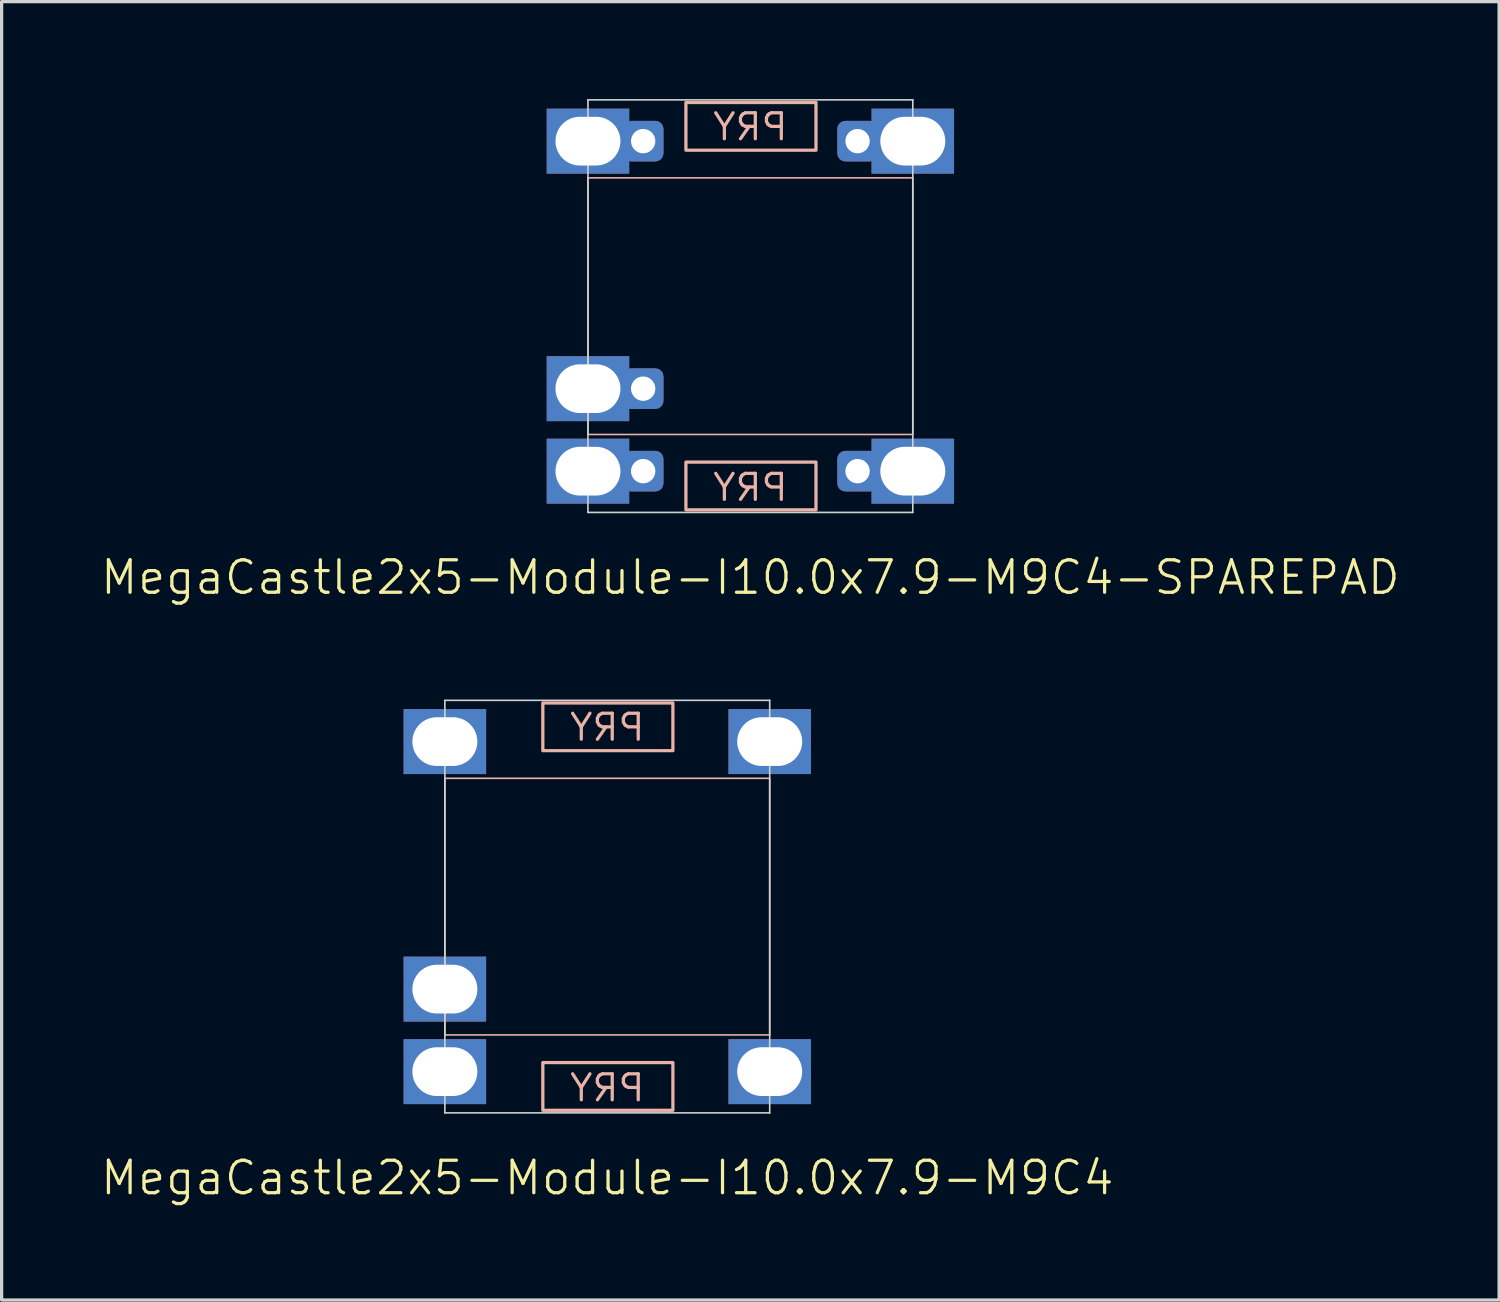
<source format=kicad_pcb>
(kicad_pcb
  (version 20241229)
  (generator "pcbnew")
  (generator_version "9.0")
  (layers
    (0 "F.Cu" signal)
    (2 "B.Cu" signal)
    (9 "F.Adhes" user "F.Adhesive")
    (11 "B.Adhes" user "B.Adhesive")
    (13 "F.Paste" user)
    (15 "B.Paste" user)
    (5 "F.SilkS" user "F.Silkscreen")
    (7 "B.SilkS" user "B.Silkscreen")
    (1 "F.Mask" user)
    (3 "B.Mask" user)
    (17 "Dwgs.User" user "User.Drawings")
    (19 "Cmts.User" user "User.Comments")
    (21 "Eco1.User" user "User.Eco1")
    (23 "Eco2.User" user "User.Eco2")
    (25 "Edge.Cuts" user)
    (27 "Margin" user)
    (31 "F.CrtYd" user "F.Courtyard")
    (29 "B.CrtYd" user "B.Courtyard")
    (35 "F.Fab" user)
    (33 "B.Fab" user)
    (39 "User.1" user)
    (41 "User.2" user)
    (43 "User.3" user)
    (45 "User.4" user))
  (footprint "MegaCastle2x5-Module-I10.0x7.9-M9C4"
    (layer "F.Cu")
    (at 15.645 24.86)
    (property "Reference" "MegaCastle2x5-Module-I10.0x7.9-M9C4" (at 0 8.35 0) (unlocked yes) (layer "F.SilkS") (effects (font (size 1 1) (thickness 0.1))))
    (attr smd)
    (fp_rect (start -5 3.95) (end 5 -3.95) (stroke (width 0.05) (type default)) (fill no) (layer "B.SilkS"))
    (fp_rect (start -1.984 -4.801) (end 2.02 -6.27) (stroke (width 0.1) (type default)) (fill no) (layer "B.SilkS"))
    (fp_rect (start -1.984 4.801) (end 2.02 6.27) (stroke (width 0.1) (type default)) (fill no) (layer "B.SilkS"))
    (fp_line (start -5 -6.35) (end -5 6.35) (stroke (width 0.05) (type default)) (layer "Edge.Cuts"))
    (fp_line (start -5 -6.35) (end 5 -6.35) (stroke (width 0.05) (type default)) (layer "Edge.Cuts"))
    (fp_line (start -5 6.35) (end 5 6.35) (stroke (width 0.05) (type default)) (layer "Edge.Cuts"))
    (fp_line (start 5 -6.35) (end 5 6.35) (stroke (width 0.05) (type default)) (layer "Edge.Cuts"))
    (fp_text user "PRY" (at 0 6.05 0) (unlocked yes) (layer "B.SilkS") (effects (font (size 0.8 0.8) (thickness 0.1)) (justify bottom mirror)))
    (fp_text user "PRY" (at 0 -5.05 0) (unlocked yes) (layer "B.SilkS") (effects (font (size 0.8 0.8) (thickness 0.1)) (justify bottom mirror)))
    (pad "1" thru_hole rect (at -5 -5.08) (size 2.54 2) (drill oval 2 1.5) (property pad_prop_castellated) (layers "*.Cu" "*.Mask"))
    (pad "4" thru_hole rect (at -5 2.54) (size 2.54 2) (drill oval 2 1.5) (property pad_prop_castellated) (layers "*.Cu" "*.Mask"))
    (pad "5" thru_hole rect (at -5 5.08) (size 2.54 2) (drill oval 2 1.5) (property pad_prop_castellated) (layers "*.Cu" "*.Mask"))
    (pad "6" thru_hole rect (at 5 -5.08) (size 2.54 2) (drill oval 2 1.5) (property pad_prop_castellated) (layers "*.Cu" "*.Mask"))
    (pad "10" thru_hole rect (at 5 5.08) (size 2.54 2) (drill oval 2 1.5) (property pad_prop_castellated) (layers "*.Cu" "*.Mask"))
    (zone (net_name "") (layer "B.Cu") (hatch edge 0.5) (connect_pads) (min_thickness 0.25) (filled_areas_thickness no) (keepout (tracks allowed) (vias allowed) (pads allowed) (copperpour allowed) (footprints not_allowed)) (placement (enabled no)) (fill) (polygon (pts (xy 10.645 31.21) (xy 10.645 18.511))))
    (zone (net_name "") (layer "B.Cu") (hatch edge 0.5) (connect_pads) (min_thickness 0.25) (filled_areas_thickness no) (keepout (tracks allowed) (vias allowed) (pads allowed) (copperpour allowed) (footprints not_allowed)) (placement (enabled no)) (fill) (polygon (pts (xy 20.645 31.21) (xy 20.645 18.511))))
    (zone (net_name "") (layer "B.Cu") (hatch edge 0.5) (connect_pads) (min_thickness 0.25) (filled_areas_thickness no) (keepout (tracks allowed) (vias allowed) (pads allowed) (copperpour allowed) (footprints not_allowed)) (placement (enabled no)) (fill) (polygon (pts (xy 10.645 18.511) (xy 10.645 20.91) (xy 20.645 20.91) (xy 20.645 18.511))))
    (zone (net_name "") (layer "B.Cu") (hatch edge 0.5) (connect_pads) (min_thickness 0.25) (filled_areas_thickness no) (keepout (tracks allowed) (vias allowed) (pads allowed) (copperpour allowed) (footprints not_allowed)) (placement (enabled no)) (fill) (polygon (pts (xy 10.645 31.21) (xy 10.645 28.811) (xy 20.645 28.811) (xy 20.645 31.21))))
    (zone (net_name "") (layer "B.Cu") (name "Upper Pry Zone") (hatch edge 0.5) (connect_pads) (min_thickness 0.25) (filled_areas_thickness no) (keepout (tracks not_allowed) (vias not_allowed) (pads not_allowed) (copperpour allowed) (footprints not_allowed)) (placement (enabled no)) (fill) (polygon (pts (xy 13.661 20.059) (xy 13.661 18.59) (xy 17.665 18.59) (xy 17.665 20.059))))
    (zone (net_name "") (layer "B.Cu") (name "Upper Pry Zone") (hatch edge 0.5) (connect_pads) (min_thickness 0.25) (filled_areas_thickness no) (keepout (tracks not_allowed) (vias not_allowed) (pads not_allowed) (copperpour allowed) (footprints not_allowed)) (placement (enabled no)) (fill) (polygon (pts (xy 13.661 29.662) (xy 13.661 31.131) (xy 17.665 31.131) (xy 17.665 29.662)))))
  (footprint "MegaCastle2x5-Module-I10.0x7.9-M9C4-SPAREPAD"
    (layer "F.Cu")
    (at 20.05 6.375)
    (property "Reference" "MegaCastle2x5-Module-I10.0x7.9-M9C4-SPAREPAD" (at 0 8.35 0) (unlocked yes) (layer "F.SilkS") (effects (font (size 1 1) (thickness 0.1))))
    (attr smd)
    (fp_rect (start -5 3.95) (end 5 -3.95) (stroke (width 0.05) (type default)) (fill no) (layer "B.SilkS"))
    (fp_rect (start -1.984 -4.801) (end 2.02 -6.27) (stroke (width 0.1) (type default)) (fill no) (layer "B.SilkS"))
    (fp_rect (start -1.984 4.801) (end 2.02 6.27) (stroke (width 0.1) (type default)) (fill no) (layer "B.SilkS"))
    (fp_line (start -5 -6.35) (end -5 6.35) (stroke (width 0.05) (type default)) (layer "Edge.Cuts"))
    (fp_line (start -5 -6.35) (end 5 -6.35) (stroke (width 0.05) (type default)) (layer "Edge.Cuts"))
    (fp_line (start -5 6.35) (end 5 6.35) (stroke (width 0.05) (type default)) (layer "Edge.Cuts"))
    (fp_line (start 5 -6.35) (end 5 6.35) (stroke (width 0.05) (type default)) (layer "Edge.Cuts"))
    (fp_text user "PRY" (at 0 6.05 0) (unlocked yes) (layer "B.SilkS") (effects (font (size 0.8 0.8) (thickness 0.1)) (justify bottom mirror)))
    (fp_text user "PRY" (at 0 -5.05 0) (unlocked yes) (layer "B.SilkS") (effects (font (size 0.8 0.8) (thickness 0.1)) (justify bottom mirror)))
    (pad "1" thru_hole rect (at -5 -5.08) (size 2.54 2) (drill oval 2 1.5) (property pad_prop_castellated) (layers "*.Cu" "*.Mask"))
    (pad "1" thru_hole roundrect (at -3.3 -5.08 180) (size 1.25 1.25) (drill 0.75) (layers "*.Cu" "*.Mask") (roundrect_rratio 0.2))
    (pad "4" thru_hole rect (at -5 2.54) (size 2.54 2) (drill oval 2 1.5) (property pad_prop_castellated) (layers "*.Cu" "*.Mask"))
    (pad "4" thru_hole roundrect (at -3.3 2.54 180) (size 1.25 1.25) (drill 0.75) (layers "*.Cu" "*.Mask") (roundrect_rratio 0.2))
    (pad "5" thru_hole rect (at -5 5.08) (size 2.54 2) (drill oval 2 1.5) (property pad_prop_castellated) (layers "*.Cu" "*.Mask"))
    (pad "5" thru_hole roundrect (at -3.3 5.08 180) (size 1.25 1.25) (drill 0.75) (layers "*.Cu" "*.Mask") (roundrect_rratio 0.2))
    (pad "6" thru_hole roundrect (at 3.3 -5.08 180) (size 1.25 1.25) (drill 0.75) (layers "*.Cu" "*.Mask") (roundrect_rratio 0.2))
    (pad "6" thru_hole rect (at 5 -5.08) (size 2.54 2) (drill oval 2 1.5) (property pad_prop_castellated) (layers "*.Cu" "*.Mask"))
    (pad "10" thru_hole roundrect (at 3.3 5.08 180) (size 1.25 1.25) (drill 0.75) (layers "*.Cu" "*.Mask") (roundrect_rratio 0.2))
    (pad "10" thru_hole rect (at 5 5.08) (size 2.54 2) (drill oval 2 1.5) (property pad_prop_castellated) (layers "*.Cu" "*.Mask"))
    (zone (net_name "") (layer "B.Cu") (hatch edge 0.5) (connect_pads) (min_thickness 0.25) (filled_areas_thickness no) (keepout (tracks allowed) (vias allowed) (pads allowed) (copperpour allowed) (footprints not_allowed)) (placement (enabled no)) (fill) (polygon (pts (xy 15.05 12.725) (xy 15.05 0.025))))
    (zone (net_name "") (layer "B.Cu") (hatch edge 0.5) (connect_pads) (min_thickness 0.25) (filled_areas_thickness no) (keepout (tracks allowed) (vias allowed) (pads allowed) (copperpour allowed) (footprints not_allowed)) (placement (enabled no)) (fill) (polygon (pts (xy 25.05 12.725) (xy 25.05 0.025))))
    (zone (net_name "") (layer "B.Cu") (hatch edge 0.5) (connect_pads) (min_thickness 0.25) (filled_areas_thickness no) (keepout (tracks allowed) (vias allowed) (pads allowed) (copperpour allowed) (footprints not_allowed)) (placement (enabled no)) (fill) (polygon (pts (xy 15.05 0.025) (xy 15.05 2.425) (xy 25.05 2.425) (xy 25.05 0.025))))
    (zone (net_name "") (layer "B.Cu") (hatch edge 0.5) (connect_pads) (min_thickness 0.25) (filled_areas_thickness no) (keepout (tracks allowed) (vias allowed) (pads allowed) (copperpour allowed) (footprints not_allowed)) (placement (enabled no)) (fill) (polygon (pts (xy 15.05 12.725) (xy 15.05 10.325) (xy 25.05 10.325) (xy 25.05 12.725))))
    (zone (net_name "") (layer "B.Cu") (name "Upper Pry Zone") (hatch edge 0.5) (connect_pads) (min_thickness 0.25) (filled_areas_thickness no) (keepout (tracks not_allowed) (vias not_allowed) (pads not_allowed) (copperpour allowed) (footprints not_allowed)) (placement (enabled no)) (fill) (polygon (pts (xy 18.066 1.574) (xy 18.066 0.105) (xy 22.07 0.105) (xy 22.07 1.574))))
    (zone (net_name "") (layer "B.Cu") (name "Upper Pry Zone") (hatch edge 0.5) (connect_pads) (min_thickness 0.25) (filled_areas_thickness no) (keepout (tracks not_allowed) (vias not_allowed) (pads not_allowed) (copperpour allowed) (footprints not_allowed)) (placement (enabled no)) (fill) (polygon (pts (xy 18.066 11.176) (xy 18.066 12.645) (xy 22.07 12.645) (xy 22.07 11.176)))))
  (gr_rect
    (start -3 -3)
    (end 43.1 36.971)
    (stroke (width 0.1) (type default))
    (fill no)
    (layer "Edge.Cuts")))
</source>
